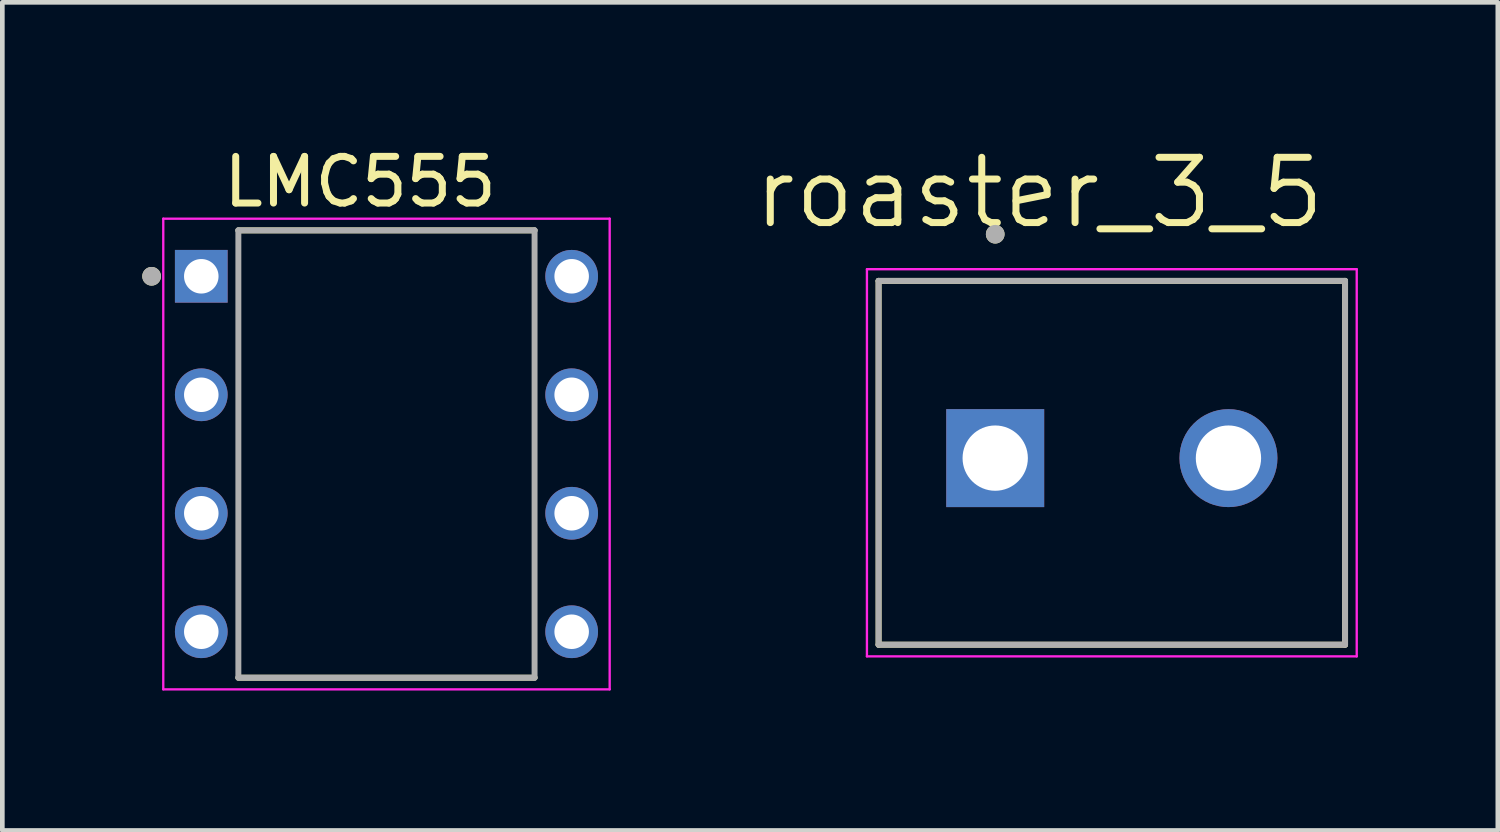
<source format=kicad_pcb>
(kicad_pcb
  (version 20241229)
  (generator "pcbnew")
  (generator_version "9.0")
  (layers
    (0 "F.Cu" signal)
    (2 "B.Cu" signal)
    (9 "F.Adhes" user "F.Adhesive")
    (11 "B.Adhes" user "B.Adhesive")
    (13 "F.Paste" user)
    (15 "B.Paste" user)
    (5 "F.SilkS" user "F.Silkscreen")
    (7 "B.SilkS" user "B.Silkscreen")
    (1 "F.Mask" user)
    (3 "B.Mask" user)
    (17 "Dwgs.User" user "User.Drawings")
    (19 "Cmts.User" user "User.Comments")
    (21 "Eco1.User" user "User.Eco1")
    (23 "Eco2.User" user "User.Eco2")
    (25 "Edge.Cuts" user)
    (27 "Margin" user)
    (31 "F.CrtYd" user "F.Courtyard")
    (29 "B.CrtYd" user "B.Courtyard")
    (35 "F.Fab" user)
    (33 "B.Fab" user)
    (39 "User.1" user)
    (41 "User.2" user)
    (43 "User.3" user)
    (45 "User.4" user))
  (footprint "LMC555"
    (layer "F.Cu")
    (at 5.235 6.683)
    (property "Reference" "LMC555" (at -0.565 -5.835 0) (layer "F.SilkS") (effects (font (size 1 1) (thickness 0.15))))
    (attr through_hole)
    (fp_line (start -3.175 -4.795) (end 3.175 -4.795) (stroke (width 0.127) (type solid)) (layer "F.SilkS"))
    (fp_line (start -3.175 4.795) (end 3.175 4.795) (stroke (width 0.127) (type solid)) (layer "F.SilkS"))
    (fp_circle (center -5.035 -3.81) (end -4.935 -3.81) (stroke (width 0.2) (type solid)) (fill no) (layer "F.SilkS"))
    (fp_line (start -4.785 -5.045) (end -4.785 5.045) (stroke (width 0.05) (type solid)) (layer "F.CrtYd"))
    (fp_line (start 4.785 -5.045) (end -4.785 -5.045) (stroke (width 0.05) (type solid)) (layer "F.CrtYd"))
    (fp_line (start 4.785 -5.045) (end 4.785 5.045) (stroke (width 0.05) (type solid)) (layer "F.CrtYd"))
    (fp_line (start 4.785 5.045) (end -4.785 5.045) (stroke (width 0.05) (type solid)) (layer "F.CrtYd"))
    (fp_line (start -3.175 -4.795) (end -3.175 4.795) (stroke (width 0.127) (type solid)) (layer "F.Fab"))
    (fp_line (start -3.175 -4.795) (end 3.175 -4.795) (stroke (width 0.127) (type solid)) (layer "F.Fab"))
    (fp_line (start -3.175 4.795) (end 3.175 4.795) (stroke (width 0.127) (type solid)) (layer "F.Fab"))
    (fp_line (start 3.175 -4.795) (end 3.175 4.795) (stroke (width 0.127) (type solid)) (layer "F.Fab"))
    (fp_circle (center -5.035 -3.81) (end -4.935 -3.81) (stroke (width 0.2) (type solid)) (fill no) (layer "F.Fab"))
    (pad "1" thru_hole rect (at -3.97 -3.81) (size 1.13 1.13) (drill 0.74) (layers "*.Cu" "*.Mask"))
    (pad "2" thru_hole circle (at -3.97 -1.27) (size 1.13 1.13) (drill 0.74) (layers "*.Cu" "*.Mask"))
    (pad "3" thru_hole circle (at -3.97 1.27) (size 1.13 1.13) (drill 0.74) (layers "*.Cu" "*.Mask"))
    (pad "4" thru_hole circle (at -3.97 3.81) (size 1.13 1.13) (drill 0.74) (layers "*.Cu" "*.Mask"))
    (pad "5" thru_hole circle (at 3.97 3.81) (size 1.13 1.13) (drill 0.74) (layers "*.Cu" "*.Mask"))
    (pad "6" thru_hole circle (at 3.97 1.27) (size 1.13 1.13) (drill 0.74) (layers "*.Cu" "*.Mask"))
    (pad "7" thru_hole circle (at 3.97 -1.27) (size 1.13 1.13) (drill 0.74) (layers "*.Cu" "*.Mask"))
    (pad "8" thru_hole circle (at 3.97 -3.81) (size 1.13 1.13) (drill 0.74) (layers "*.Cu" "*.Mask")))
  (footprint "roaster_3_5"
    (layer "F.Cu")
    (at 18.285 6.771)
    (property "Reference" "roaster_3_5" (at 0.945 -5.689 0) (layer "F.SilkS") (effects (font (size 1.4 1.4) (thickness 0.15))))
    (attr through_hole)
    (fp_line (start -2.5 -3.8) (end 7.5 -3.8) (stroke (width 0.127) (type solid)) (layer "F.SilkS"))
    (fp_line (start -2.5 4) (end -2.5 -3.8) (stroke (width 0.127) (type solid)) (layer "F.SilkS"))
    (fp_line (start 7.5 -3.8) (end 7.5 4) (stroke (width 0.127) (type solid)) (layer "F.SilkS"))
    (fp_line (start 7.5 4) (end -2.5 4) (stroke (width 0.127) (type solid)) (layer "F.SilkS"))
    (fp_circle (center 0 -4.8) (end 0.1 -4.8) (stroke (width 0.2) (type solid)) (fill no) (layer "F.SilkS"))
    (fp_line (start -2.75 -4.05) (end 7.75 -4.05) (stroke (width 0.05) (type solid)) (layer "F.CrtYd"))
    (fp_line (start -2.75 4.25) (end -2.75 -4.05) (stroke (width 0.05) (type solid)) (layer "F.CrtYd"))
    (fp_line (start 7.75 -4.05) (end 7.75 4.25) (stroke (width 0.05) (type solid)) (layer "F.CrtYd"))
    (fp_line (start 7.75 4.25) (end -2.75 4.25) (stroke (width 0.05) (type solid)) (layer "F.CrtYd"))
    (fp_line (start -2.5 -3.8) (end 7.5 -3.8) (stroke (width 0.127) (type solid)) (layer "F.Fab"))
    (fp_line (start -2.5 4) (end -2.5 -3.8) (stroke (width 0.127) (type solid)) (layer "F.Fab"))
    (fp_line (start 7.5 -3.8) (end 7.5 4) (stroke (width 0.127) (type solid)) (layer "F.Fab"))
    (fp_line (start 7.5 4) (end -2.5 4) (stroke (width 0.127) (type solid)) (layer "F.Fab"))
    (fp_circle (center 0 -4.8) (end 0.1 -4.8) (stroke (width 0.2) (type solid)) (fill no) (layer "F.Fab"))
    (pad "1" thru_hole rect (at 0 0) (size 2.1 2.1) (drill 1.4) (layers "*.Cu" "*.Mask"))
    (pad "2" thru_hole circle (at 5 0) (size 2.1 2.1) (drill 1.4) (layers "*.Cu" "*.Mask")))
  (gr_rect
    (start -3 -3)
    (end 29.06 14.753)
    (stroke (width 0.1) (type default))
    (fill no)
    (layer "Edge.Cuts")))
</source>
